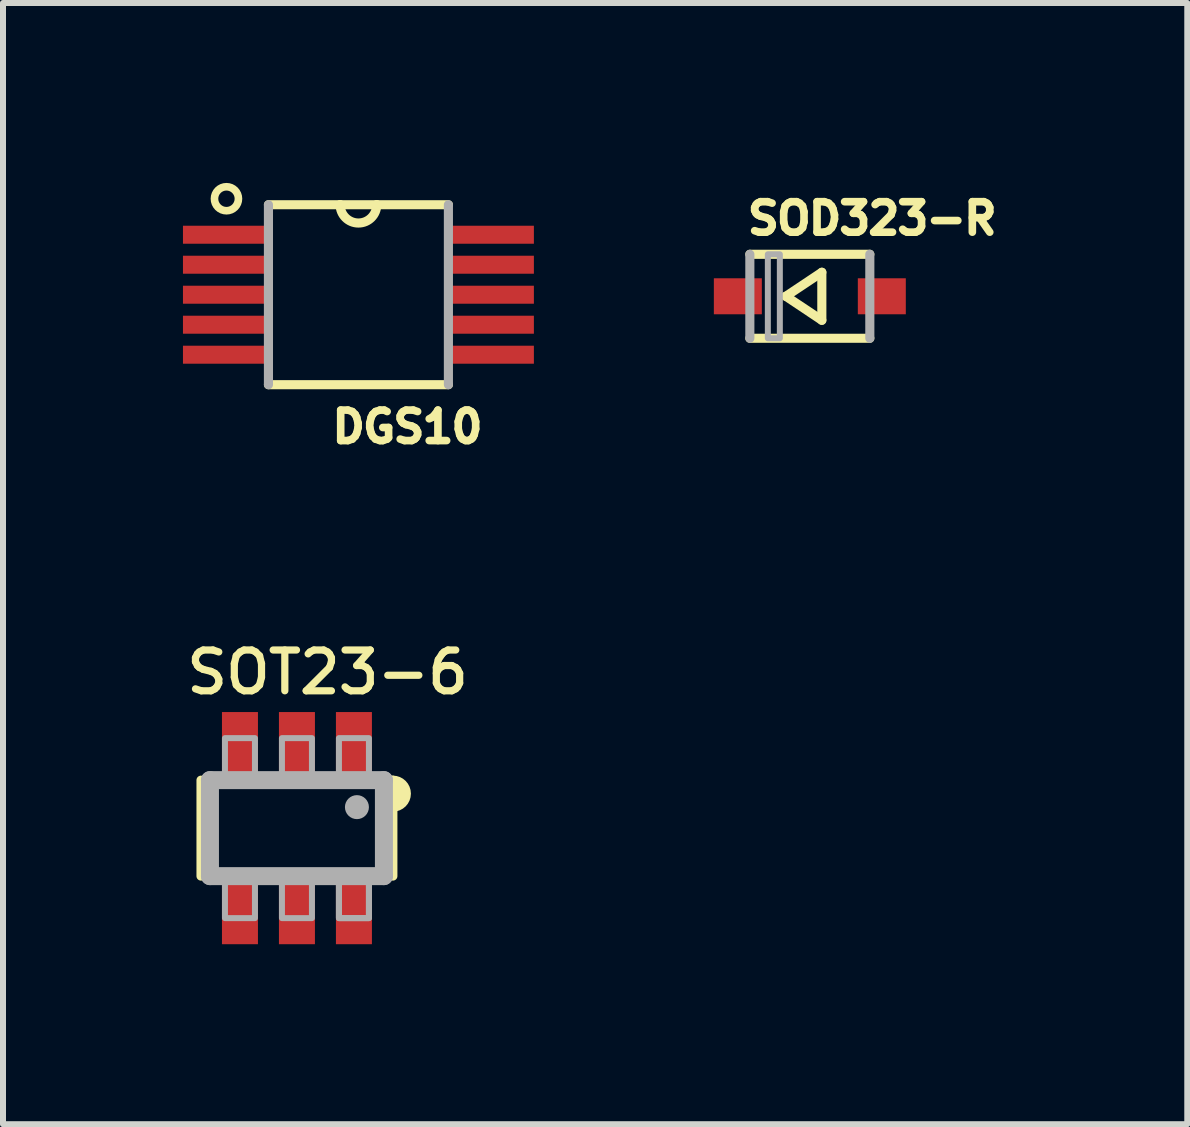
<source format=kicad_pcb>
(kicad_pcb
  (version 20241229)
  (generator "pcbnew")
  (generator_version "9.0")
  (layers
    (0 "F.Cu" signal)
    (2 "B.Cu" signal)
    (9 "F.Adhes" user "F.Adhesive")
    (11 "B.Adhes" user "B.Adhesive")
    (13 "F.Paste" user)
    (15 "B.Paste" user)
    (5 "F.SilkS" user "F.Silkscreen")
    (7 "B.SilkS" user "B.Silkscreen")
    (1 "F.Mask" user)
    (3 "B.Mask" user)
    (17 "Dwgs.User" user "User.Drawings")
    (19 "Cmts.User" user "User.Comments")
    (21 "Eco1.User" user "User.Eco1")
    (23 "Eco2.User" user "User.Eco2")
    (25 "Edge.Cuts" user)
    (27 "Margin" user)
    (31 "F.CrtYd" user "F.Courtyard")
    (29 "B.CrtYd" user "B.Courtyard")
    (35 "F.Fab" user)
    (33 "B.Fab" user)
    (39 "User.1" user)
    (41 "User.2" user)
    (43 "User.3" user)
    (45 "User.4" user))
  (footprint "SOT23-6"
    (layer "F.Cu")
    (at 1.9 10.755)
    (property "Reference" "SOT23-6" (at -1.9 -2.2 0) (layer "F.SilkS") (effects (font (size 0.68 0.68) (thickness 0.12)) (justify left bottom)))
    (fp_line (start -1.6 0.8) (end -1.6 -0.8) (stroke (width 0.15) (type solid)) (layer "F.SilkS"))
    (fp_line (start 1.6 -0.8) (end 1.6 -0.725) (stroke (width 0.15) (type solid)) (layer "F.SilkS"))
    (fp_line (start 1.6 -0.725) (end 1.6 -0.425) (stroke (width 0.15) (type solid)) (layer "F.SilkS"))
    (fp_line (start 1.6 -0.425) (end 1.6 0.8) (stroke (width 0.15) (type solid)) (layer "F.SilkS"))
    (fp_arc (start 1.6 -0.725) (mid 1.75 -0.575) (end 1.6 -0.425) (stroke (width 0.3) (type solid)) (layer "F.SilkS"))
    (fp_line (start -1.45 -0.8) (end 1.45 -0.8) (stroke (width 0.3) (type solid)) (layer "F.Fab"))
    (fp_line (start -1.45 0.8) (end -1.45 -0.8) (stroke (width 0.3) (type solid)) (layer "F.Fab"))
    (fp_line (start 1.45 -0.8) (end 1.45 0.8) (stroke (width 0.3) (type solid)) (layer "F.Fab"))
    (fp_line (start 1.45 0.8) (end -1.45 0.8) (stroke (width 0.3) (type solid)) (layer "F.Fab"))
    (fp_circle (center 1 -0.35) (end 1.1 -0.35) (stroke (width 0.2) (type solid)) (fill no) (layer "F.Fab"))
    (fp_poly (pts (xy -1.2 -0.8) (xy -0.7 -0.8) (xy -0.7 -1.5) (xy -1.2 -1.5)) (stroke (width 0.1) (type default)) (fill no) (layer "F.Fab"))
    (fp_poly (pts (xy -1.2 1.5) (xy -0.7 1.5) (xy -0.7 0.8) (xy -1.2 0.8)) (stroke (width 0.1) (type default)) (fill no) (layer "F.Fab"))
    (fp_poly (pts (xy -0.25 -0.8) (xy 0.25 -0.8) (xy 0.25 -1.5) (xy -0.25 -1.5)) (stroke (width 0.1) (type default)) (fill no) (layer "F.Fab"))
    (fp_poly (pts (xy -0.25 1.5) (xy 0.25 1.5) (xy 0.25 0.8) (xy -0.25 0.8)) (stroke (width 0.1) (type default)) (fill no) (layer "F.Fab"))
    (fp_poly (pts (xy 0.7 -0.8) (xy 1.2 -0.8) (xy 1.2 -1.5) (xy 0.7 -1.5)) (stroke (width 0.1) (type default)) (fill no) (layer "F.Fab"))
    (fp_poly (pts (xy 0.7 1.5) (xy 1.2 1.5) (xy 1.2 0.8) (xy 0.7 0.8)) (stroke (width 0.1) (type default)) (fill no) (layer "F.Fab"))
    (fp_poly (pts (xy 0.7 1.5) (xy 1.2 1.5) (xy 1.2 0.8) (xy 0.7 0.8)) (stroke (width 0.1) (type default)) (fill no) (layer "F.Fab"))
    (pad "1" smd rect (at 0.95 -1.31) (size 0.6 1.25) (layers "F.Cu" "F.Mask" "F.Paste"))
    (pad "2" smd rect (at 0 -1.31) (size 0.6 1.25) (layers "F.Cu" "F.Mask" "F.Paste"))
    (pad "3" smd rect (at -0.95 -1.31) (size 0.6 1.25) (layers "F.Cu" "F.Mask" "F.Paste"))
    (pad "4" smd rect (at -0.95 1.31) (size 0.6 1.25) (layers "F.Cu" "F.Mask" "F.Paste"))
    (pad "5" smd rect (at 0 1.31) (size 0.6 1.25) (layers "F.Cu" "F.Mask" "F.Paste"))
    (pad "6" smd rect (at 0.95 1.31 180) (size 0.6 1.25) (layers "F.Cu" "F.Mask" "F.Paste")))
  (footprint "DGS10"
    (layer "F.Cu")
    (at 2.925 1.863)
    (property "Reference" "DGS10" (at -0.5 2.5 0) (layer "F.SilkS") (effects (font (size 0.508 0.508) (thickness 0.127)) (justify left bottom)))
    (fp_line (start -1.5 1.5) (end 1.5 1.5) (stroke (width 0.152) (type solid)) (layer "F.SilkS"))
    (fp_line (start -0.305 -1.5) (end -1.5 -1.5) (stroke (width 0.152) (type solid)) (layer "F.SilkS"))
    (fp_line (start 0.305 -1.5) (end -0.305 -1.5) (stroke (width 0.152) (type solid)) (layer "F.SilkS"))
    (fp_line (start 1.5 -1.5) (end 0.305 -1.5) (stroke (width 0.152) (type solid)) (layer "F.SilkS"))
    (fp_arc (start 0.3048 -1.5) (mid 0 -1.1952) (end -0.3048 -1.5) (stroke (width 0.1524) (type solid)) (layer "F.SilkS"))
    (fp_circle (center -2.2 -1.6) (end -2 -1.6) (stroke (width 0.127) (type solid)) (fill no) (layer "F.SilkS"))
    (fp_line (start -1.5 -1.5) (end -1.5 1.5) (stroke (width 0.152) (type solid)) (layer "F.Fab"))
    (fp_line (start 1.5 1.5) (end 1.5 -1.5) (stroke (width 0.152) (type solid)) (layer "F.Fab"))
    (pad "1" smd rect (at -2.2 -1) (size 1.45 0.3) (layers "F.Cu" "F.Mask" "F.Paste"))
    (pad "2" smd rect (at -2.2 -0.5) (size 1.45 0.3) (layers "F.Cu" "F.Mask" "F.Paste"))
    (pad "3" smd rect (at -2.2 0) (size 1.45 0.3) (layers "F.Cu" "F.Mask" "F.Paste"))
    (pad "4" smd rect (at -2.2 0.5) (size 1.45 0.3) (layers "F.Cu" "F.Mask" "F.Paste"))
    (pad "5" smd rect (at -2.2 1) (size 1.45 0.3) (layers "F.Cu" "F.Mask" "F.Paste"))
    (pad "6" smd rect (at 2.2 1) (size 1.45 0.3) (layers "F.Cu" "F.Mask" "F.Paste"))
    (pad "7" smd rect (at 2.2 0.5) (size 1.45 0.3) (layers "F.Cu" "F.Mask" "F.Paste"))
    (pad "8" smd rect (at 2.2 0) (size 1.45 0.3) (layers "F.Cu" "F.Mask" "F.Paste"))
    (pad "9" smd rect (at 2.2 -0.5) (size 1.45 0.3) (layers "F.Cu" "F.Mask" "F.Paste"))
    (pad "10" smd rect (at 2.2 -1) (size 1.45 0.3) (layers "F.Cu" "F.Mask" "F.Paste")))
  (footprint "SOD323-R"
    (layer "F.Cu")
    (at 10.45 1.889)
    (property "Reference" "SOD323-R" (at -1.1 -1 0) (layer "F.SilkS") (effects (font (size 0.508 0.508) (thickness 0.127)) (justify left bottom)))
    (fp_line (start -1 -0.7) (end 1 -0.7) (stroke (width 0.152) (type solid)) (layer "F.SilkS"))
    (fp_line (start -0.4 0) (end 0.2 -0.4) (stroke (width 0.152) (type solid)) (layer "F.SilkS"))
    (fp_line (start 0.2 -0.4) (end 0.2 0.4) (stroke (width 0.152) (type solid)) (layer "F.SilkS"))
    (fp_line (start 0.2 0.4) (end -0.4 0) (stroke (width 0.152) (type solid)) (layer "F.SilkS"))
    (fp_line (start 1 0.7) (end -1 0.7) (stroke (width 0.152) (type solid)) (layer "F.SilkS"))
    (fp_line (start -1 0.7) (end -1 -0.7) (stroke (width 0.152) (type solid)) (layer "F.Fab"))
    (fp_line (start 1 -0.7) (end 1 0.7) (stroke (width 0.152) (type solid)) (layer "F.Fab"))
    (fp_poly (pts (xy -0.7 0.7) (xy -0.5 0.7) (xy -0.5 -0.7) (xy -0.7 -0.7)) (stroke (width 0.1) (type default)) (fill no) (layer "F.Fab"))
    (pad "A" smd rect (at 1.2 0) (size 0.8 0.6) (layers "F.Cu" "F.Mask" "F.Paste"))
    (pad "C" smd rect (at -1.2 0) (size 0.8 0.6) (layers "F.Cu" "F.Mask" "F.Paste")))
  (gr_rect
    (start -3 -3)
    (end 16.742 15.69)
    (stroke (width 0.1) (type default))
    (fill no)
    (layer "Edge.Cuts")))
</source>
